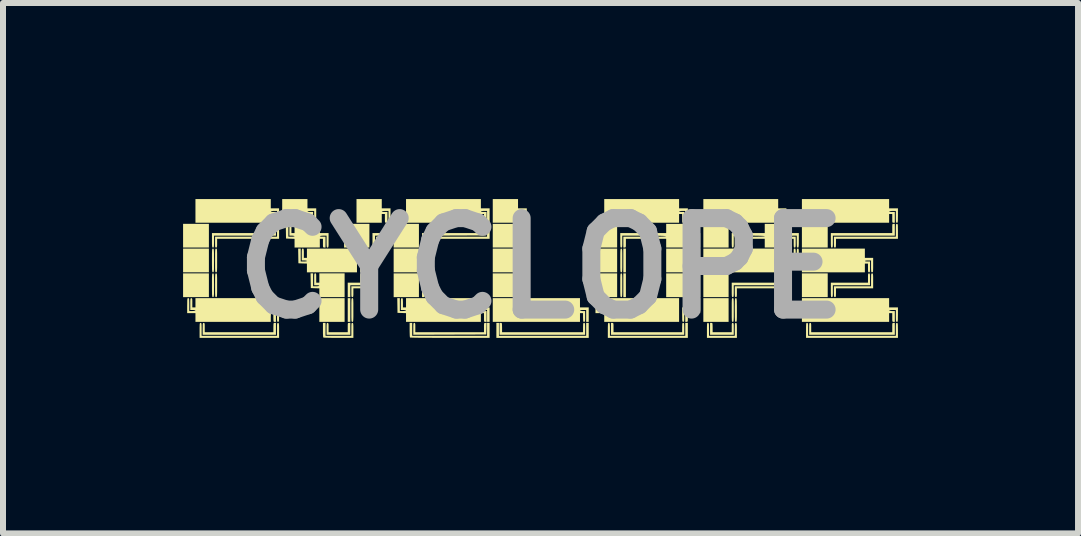
<source format=kicad_pcb>
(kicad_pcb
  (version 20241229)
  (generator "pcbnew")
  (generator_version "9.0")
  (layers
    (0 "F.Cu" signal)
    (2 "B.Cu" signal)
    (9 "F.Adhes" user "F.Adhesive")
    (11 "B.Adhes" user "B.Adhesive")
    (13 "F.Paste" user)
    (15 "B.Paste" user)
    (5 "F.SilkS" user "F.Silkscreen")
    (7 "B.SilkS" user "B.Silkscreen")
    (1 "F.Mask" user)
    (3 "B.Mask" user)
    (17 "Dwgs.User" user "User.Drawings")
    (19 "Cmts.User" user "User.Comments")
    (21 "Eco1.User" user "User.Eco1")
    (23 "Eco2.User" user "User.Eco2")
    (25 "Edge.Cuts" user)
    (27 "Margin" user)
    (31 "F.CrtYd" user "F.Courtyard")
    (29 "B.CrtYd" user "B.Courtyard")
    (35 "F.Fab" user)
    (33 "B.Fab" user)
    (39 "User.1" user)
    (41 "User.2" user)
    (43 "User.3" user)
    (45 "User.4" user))
  (footprint "CYCLOPE"
    (layer "F.Cu")
    (at 5.967 1.418)
    (property "Reference" "CYCLOPE" (at 0 0 0) (layer "F.Fab") (effects (font (size 1.524 1.524) (thickness 0.3))))
    (attr board_only exclude_from_pos_files exclude_from_bom)
    (fp_poly (pts (xy -5.537 -0.344) (xy -5.967 -0.344) (xy -5.967 -0.739) (xy -5.537 -0.739)) (stroke (width 0) (type solid)) (fill yes) (layer "F.SilkS"))
    (fp_poly (pts (xy -5.537 0.069) (xy -5.967 0.069) (xy -5.967 -0.327) (xy -5.537 -0.327)) (stroke (width 0) (type solid)) (fill yes) (layer "F.SilkS"))
    (fp_poly (pts (xy -5.537 0.482) (xy -5.967 0.482) (xy -5.967 0.086) (xy -5.537 0.086)) (stroke (width 0) (type solid)) (fill yes) (layer "F.SilkS"))
    (fp_poly (pts (xy -3.276 0.894) (xy -3.697 0.894) (xy -3.697 0.499) (xy -3.276 0.499)) (stroke (width 0) (type solid)) (fill yes) (layer "F.SilkS"))
    (fp_poly (pts (xy -3.181 0.894) (xy -3.224 0.894) (xy -3.224 0.499) (xy -3.181 0.499)) (stroke (width 0) (type solid)) (fill yes) (layer "F.SilkS"))
    (fp_poly (pts (xy -2.863 -0.344) (xy -3.285 -0.344) (xy -3.285 -0.739) (xy -2.863 -0.739)) (stroke (width 0) (type solid)) (fill yes) (layer "F.SilkS"))
    (fp_poly (pts (xy -2.038 -0.344) (xy -2.459 -0.344) (xy -2.459 -0.739) (xy -2.038 -0.739)) (stroke (width 0) (type solid)) (fill yes) (layer "F.SilkS"))
    (fp_poly (pts (xy -2.038 0.069) (xy -2.459 0.069) (xy -2.459 -0.327) (xy -2.038 -0.327)) (stroke (width 0) (type solid)) (fill yes) (layer "F.SilkS"))
    (fp_poly (pts (xy -2.038 0.482) (xy -2.459 0.482) (xy -2.459 0.086) (xy -2.038 0.086)) (stroke (width 0) (type solid)) (fill yes) (layer "F.SilkS"))
    (fp_poly (pts (xy -1.943 0.069) (xy -1.986 0.069) (xy -1.986 -0.327) (xy -1.943 -0.327)) (stroke (width 0) (type solid)) (fill yes) (layer "F.SilkS"))
    (fp_poly (pts (xy -1.943 0.482) (xy -1.986 0.482) (xy -1.986 0.086) (xy -1.943 0.086)) (stroke (width 0) (type solid)) (fill yes) (layer "F.SilkS"))
    (fp_poly (pts (xy -1.892 0.069) (xy -1.935 0.069) (xy -1.935 -0.327) (xy -1.892 -0.327)) (stroke (width 0) (type solid)) (fill yes) (layer "F.SilkS"))
    (fp_poly (pts (xy -1.892 0.482) (xy -1.935 0.482) (xy -1.935 0.086) (xy -1.892 0.086)) (stroke (width 0) (type solid)) (fill yes) (layer "F.SilkS"))
    (fp_poly (pts (xy -0.387 -0.344) (xy -0.808 -0.344) (xy -0.808 -0.739) (xy -0.387 -0.739)) (stroke (width 0) (type solid)) (fill yes) (layer "F.SilkS"))
    (fp_poly (pts (xy -0.387 0.069) (xy -0.808 0.069) (xy -0.808 -0.327) (xy -0.387 -0.327)) (stroke (width 0) (type solid)) (fill yes) (layer "F.SilkS"))
    (fp_poly (pts (xy -0.387 0.482) (xy -0.808 0.482) (xy -0.808 0.086) (xy -0.387 0.086)) (stroke (width 0) (type solid)) (fill yes) (layer "F.SilkS"))
    (fp_poly (pts (xy -0.292 -0.344) (xy -0.335 -0.344) (xy -0.335 -0.739) (xy -0.292 -0.739)) (stroke (width 0) (type solid)) (fill yes) (layer "F.SilkS"))
    (fp_poly (pts (xy -0.292 0.069) (xy -0.335 0.069) (xy -0.335 -0.327) (xy -0.292 -0.327)) (stroke (width 0) (type solid)) (fill yes) (layer "F.SilkS"))
    (fp_poly (pts (xy -0.292 0.482) (xy -0.335 0.482) (xy -0.335 0.086) (xy -0.292 0.086)) (stroke (width 0) (type solid)) (fill yes) (layer "F.SilkS"))
    (fp_poly (pts (xy -0.241 -0.344) (xy -0.284 -0.344) (xy -0.284 -0.739) (xy -0.241 -0.739)) (stroke (width 0) (type solid)) (fill yes) (layer "F.SilkS"))
    (fp_poly (pts (xy -0.241 0.069) (xy -0.284 0.069) (xy -0.284 -0.327) (xy -0.241 -0.327)) (stroke (width 0) (type solid)) (fill yes) (layer "F.SilkS"))
    (fp_poly (pts (xy -0.241 0.482) (xy -0.284 0.482) (xy -0.284 0.086) (xy -0.241 0.086)) (stroke (width 0) (type solid)) (fill yes) (layer "F.SilkS"))
    (fp_poly (pts (xy 1.264 -0.344) (xy 0.843 -0.344) (xy 0.843 -0.739) (xy 1.264 -0.739)) (stroke (width 0) (type solid)) (fill yes) (layer "F.SilkS"))
    (fp_poly (pts (xy 1.264 0.069) (xy 0.843 0.069) (xy 0.843 -0.327) (xy 1.264 -0.327)) (stroke (width 0) (type solid)) (fill yes) (layer "F.SilkS"))
    (fp_poly (pts (xy 1.264 0.482) (xy 0.843 0.482) (xy 0.843 0.086) (xy 1.264 0.086)) (stroke (width 0) (type solid)) (fill yes) (layer "F.SilkS"))
    (fp_poly (pts (xy 1.41 0.069) (xy 1.367 0.069) (xy 1.367 -0.327) (xy 1.41 -0.327)) (stroke (width 0) (type solid)) (fill yes) (layer "F.SilkS"))
    (fp_poly (pts (xy 1.41 0.482) (xy 1.367 0.482) (xy 1.367 0.086) (xy 1.41 0.086)) (stroke (width 0) (type solid)) (fill yes) (layer "F.SilkS"))
    (fp_poly (pts (xy 2.502 0.069) (xy 2.081 0.069) (xy 2.081 -0.327) (xy 2.502 -0.327)) (stroke (width 0) (type solid)) (fill yes) (layer "F.SilkS"))
    (fp_poly (pts (xy 2.502 0.482) (xy 2.081 0.482) (xy 2.081 0.086) (xy 2.502 0.086)) (stroke (width 0) (type solid)) (fill yes) (layer "F.SilkS"))
    (fp_poly (pts (xy 2.648 0.069) (xy 2.605 0.069) (xy 2.605 -0.327) (xy 2.648 -0.327)) (stroke (width 0) (type solid)) (fill yes) (layer "F.SilkS"))
    (fp_poly (pts (xy 2.648 0.482) (xy 2.605 0.482) (xy 2.605 0.086) (xy 2.648 0.086)) (stroke (width 0) (type solid)) (fill yes) (layer "F.SilkS"))
    (fp_poly (pts (xy 3.121 -0.344) (xy 2.7 -0.344) (xy 2.7 -0.739) (xy 3.121 -0.739)) (stroke (width 0) (type solid)) (fill yes) (layer "F.SilkS"))
    (fp_poly (pts (xy 3.121 0.482) (xy 2.7 0.482) (xy 2.7 0.086) (xy 3.121 0.086)) (stroke (width 0) (type solid)) (fill yes) (layer "F.SilkS"))
    (fp_poly (pts (xy 3.121 0.894) (xy 2.7 0.894) (xy 2.7 0.499) (xy 3.121 0.499)) (stroke (width 0) (type solid)) (fill yes) (layer "F.SilkS"))
    (fp_poly (pts (xy 3.947 0.069) (xy 2.7 0.069) (xy 2.7 -0.327) (xy 3.947 -0.327)) (stroke (width 0) (type solid)) (fill yes) (layer "F.SilkS"))
    (fp_poly (pts (xy 4.772 -0.344) (xy 4.342 -0.344) (xy 4.342 -0.739) (xy 4.772 -0.739)) (stroke (width 0) (type solid)) (fill yes) (layer "F.SilkS"))
    (fp_poly (pts (xy 4.772 0.482) (xy 4.342 0.482) (xy 4.342 0.086) (xy 4.772 0.086)) (stroke (width 0) (type solid)) (fill yes) (layer "F.SilkS"))
    (fp_poly (pts (xy -0.705 1.126) (xy 0.748 1.126) (xy 0.748 0.911) (xy 0.791 0.911) (xy 0.791 1.161) (xy -0.748 1.161) (xy -0.748 0.911) (xy -0.705 0.911)) (stroke (width 0) (type solid)) (fill yes) (layer "F.SilkS"))
    (fp_poly (pts (xy -0.86 -0.49) (xy -1.892 -0.49) (xy -1.892 -0.417) (xy -1.892 -0.382) (xy -1.893 -0.36) (xy -1.896 -0.349) (xy -1.903 -0.345) (xy -1.913 -0.344) (xy -1.935 -0.344) (xy -1.935 -0.525) (xy -0.903 -0.525) (xy -0.903 -0.739) (xy -0.86 -0.739)) (stroke (width 0) (type solid)) (fill yes) (layer "F.SilkS"))
    (fp_poly (pts (xy 2.648 0.748) (xy 2.442 0.748) (xy 2.442 0.821) (xy 2.442 0.857) (xy 2.441 0.878) (xy 2.437 0.889) (xy 2.431 0.894) (xy 2.42 0.894) (xy 2.399 0.894) (xy 2.399 0.714) (xy 2.605 0.714) (xy 2.605 0.499) (xy 2.648 0.499)) (stroke (width 0) (type solid)) (fill yes) (layer "F.SilkS"))
    (fp_poly (pts (xy -2.975 0.284) (xy -3.181 0.284) (xy -3.181 0.482) (xy -3.224 0.482) (xy -3.224 0.241) (xy -3.018 0.241) (xy -3.018 0.163) (xy -3.018 0.127) (xy -3.017 0.104) (xy -3.014 0.092) (xy -3.008 0.087) (xy -2.998 0.086) (xy -2.997 0.086) (xy -2.975 0.086)) (stroke (width 0) (type solid)) (fill yes) (layer "F.SilkS"))
    (fp_poly (pts (xy -2.769 -0.129) (xy -2.975 -0.129) (xy -2.975 0.069) (xy -3.018 0.069) (xy -3.018 -0.172) (xy -2.812 -0.172) (xy -2.812 -0.249) (xy -2.812 -0.286) (xy -2.81 -0.309) (xy -2.807 -0.321) (xy -2.802 -0.326) (xy -2.792 -0.327) (xy -2.79 -0.327) (xy -2.769 -0.327)) (stroke (width 0) (type solid)) (fill yes) (layer "F.SilkS"))
    (fp_poly (pts (xy -2.562 -0.542) (xy -2.769 -0.542) (xy -2.769 -0.344) (xy -2.812 -0.344) (xy -2.812 -0.585) (xy -2.605 -0.585) (xy -2.605 -0.662) (xy -2.605 -0.699) (xy -2.604 -0.721) (xy -2.601 -0.734) (xy -2.595 -0.739) (xy -2.586 -0.739) (xy -2.584 -0.739) (xy -2.562 -0.739)) (stroke (width 0) (type solid)) (fill yes) (layer "F.SilkS"))
    (fp_poly (pts (xy -0.913 -0.643) (xy -0.916 -0.546) (xy -1.943 -0.542) (xy -1.943 -0.344) (xy -1.986 -0.344) (xy -1.986 -0.585) (xy -0.954 -0.585) (xy -0.954 -0.662) (xy -0.954 -0.699) (xy -0.953 -0.721) (xy -0.95 -0.734) (xy -0.944 -0.739) (xy -0.935 -0.739) (xy -0.933 -0.739) (xy -0.911 -0.739)) (stroke (width 0) (type solid)) (fill yes) (layer "F.SilkS"))
    (fp_poly (pts (xy 2.442 1.161) (xy 1.109 1.161) (xy 1.109 1.036) (xy 1.109 0.988) (xy 1.11 0.953) (xy 1.111 0.931) (xy 1.114 0.919) (xy 1.118 0.913) (xy 1.124 0.911) (xy 1.126 0.911) (xy 1.134 0.912) (xy 1.138 0.917) (xy 1.141 0.929) (xy 1.143 0.949) (xy 1.144 0.982) (xy 1.144 1.019) (xy 1.144 1.126) (xy 2.399 1.126) (xy 2.399 0.911) (xy 2.442 0.911)) (stroke (width 0) (type solid)) (fill yes) (layer "F.SilkS"))
    (fp_poly (pts (xy -4.42 1.109) (xy -5.641 1.109) (xy -5.641 1.01) (xy -5.64 0.968) (xy -5.64 0.94) (xy -5.637 0.923) (xy -5.634 0.914) (xy -5.628 0.912) (xy -5.623 0.911) (xy -5.615 0.913) (xy -5.61 0.919) (xy -5.607 0.933) (xy -5.606 0.958) (xy -5.606 0.989) (xy -5.606 1.066) (xy -4.463 1.066) (xy -4.463 0.989) (xy -4.462 0.952) (xy -4.461 0.929) (xy -4.458 0.917) (xy -4.453 0.912) (xy -4.443 0.911) (xy -4.441 0.911) (xy -4.42 0.911)) (stroke (width 0) (type solid)) (fill yes) (layer "F.SilkS"))
    (fp_poly (pts (xy -3.181 1.109) (xy -3.577 1.109) (xy -3.577 1.01) (xy -3.577 0.968) (xy -3.576 0.94) (xy -3.574 0.923) (xy -3.57 0.914) (xy -3.564 0.912) (xy -3.56 0.911) (xy -3.552 0.913) (xy -3.547 0.919) (xy -3.544 0.933) (xy -3.543 0.958) (xy -3.543 0.989) (xy -3.543 1.066) (xy -3.224 1.066) (xy -3.224 0.989) (xy -3.224 0.952) (xy -3.223 0.929) (xy -3.22 0.917) (xy -3.214 0.912) (xy -3.205 0.911) (xy -3.203 0.911) (xy -3.181 0.911)) (stroke (width 0) (type solid)) (fill yes) (layer "F.SilkS"))
    (fp_poly (pts (xy -2.15 1.126) (xy -0.903 1.126) (xy -0.903 0.911) (xy -0.86 0.911) (xy -0.86 1.161) (xy -1.521 1.161) (xy -1.626 1.161) (xy -1.726 1.161) (xy -1.819 1.16) (xy -1.905 1.16) (xy -1.983 1.159) (xy -2.049 1.159) (xy -2.104 1.158) (xy -2.146 1.157) (xy -2.174 1.156) (xy -2.186 1.155) (xy -2.187 1.155) (xy -2.189 1.145) (xy -2.191 1.121) (xy -2.192 1.086) (xy -2.193 1.044) (xy -2.193 1.03) (xy -2.193 0.911) (xy -2.15 0.911)) (stroke (width 0) (type solid)) (fill yes) (layer "F.SilkS"))
    (fp_poly (pts (xy -0.665 0.912) (xy -0.658 0.916) (xy -0.655 0.927) (xy -0.654 0.948) (xy -0.653 0.982) (xy -0.653 0.989) (xy -0.653 1.066) (xy 0.696 1.066) (xy 0.696 0.989) (xy 0.697 0.952) (xy 0.698 0.929) (xy 0.701 0.917) (xy 0.707 0.912) (xy 0.714 0.911) (xy 0.721 0.912) (xy 0.726 0.918) (xy 0.729 0.93) (xy 0.73 0.951) (xy 0.731 0.986) (xy 0.731 1.01) (xy 0.731 1.109) (xy -0.696 1.109) (xy -0.696 0.911) (xy -0.675 0.911)) (stroke (width 0) (type solid)) (fill yes) (layer "F.SilkS"))
    (fp_poly (pts (xy 1.192 0.912) (xy 1.199 0.916) (xy 1.202 0.927) (xy 1.204 0.948) (xy 1.204 0.982) (xy 1.204 0.989) (xy 1.204 1.066) (xy 2.347 1.066) (xy 2.347 0.989) (xy 2.348 0.952) (xy 2.349 0.929) (xy 2.352 0.917) (xy 2.358 0.912) (xy 2.365 0.911) (xy 2.372 0.912) (xy 2.377 0.918) (xy 2.38 0.93) (xy 2.381 0.951) (xy 2.382 0.986) (xy 2.382 1.01) (xy 2.382 1.109) (xy 1.161 1.109) (xy 1.161 0.911) (xy 1.182 0.911)) (stroke (width 0) (type solid)) (fill yes) (layer "F.SilkS"))
    (fp_poly (pts (xy 2.843 0.912) (xy 2.85 0.916) (xy 2.853 0.927) (xy 2.854 0.948) (xy 2.855 0.982) (xy 2.855 0.989) (xy 2.855 1.066) (xy 3.173 1.066) (xy 3.173 0.989) (xy 3.173 0.952) (xy 3.174 0.929) (xy 3.178 0.917) (xy 3.183 0.912) (xy 3.19 0.911) (xy 3.197 0.912) (xy 3.202 0.918) (xy 3.205 0.93) (xy 3.207 0.951) (xy 3.207 0.986) (xy 3.207 1.01) (xy 3.207 1.109) (xy 2.812 1.109) (xy 2.812 0.911) (xy 2.833 0.911)) (stroke (width 0) (type solid)) (fill yes) (layer "F.SilkS"))
    (fp_poly (pts (xy 5.89 1.109) (xy 4.463 1.109) (xy 4.463 1.01) (xy 4.463 0.968) (xy 4.464 0.94) (xy 4.466 0.923) (xy 4.47 0.914) (xy 4.476 0.912) (xy 4.48 0.911) (xy 4.488 0.913) (xy 4.493 0.919) (xy 4.496 0.933) (xy 4.497 0.958) (xy 4.497 0.989) (xy 4.497 1.066) (xy 5.847 1.066) (xy 5.847 0.989) (xy 5.847 0.952) (xy 5.848 0.929) (xy 5.851 0.917) (xy 5.857 0.912) (xy 5.867 0.911) (xy 5.868 0.911) (xy 5.89 0.911)) (stroke (width 0) (type solid)) (fill yes) (layer "F.SilkS"))
    (fp_poly (pts (xy -4.42 -0.542) (xy -5.451 -0.542) (xy -5.451 -0.443) (xy -5.452 -0.4) (xy -5.453 -0.372) (xy -5.455 -0.355) (xy -5.458 -0.347) (xy -5.464 -0.344) (xy -5.469 -0.344) (xy -5.475 -0.345) (xy -5.48 -0.349) (xy -5.483 -0.36) (xy -5.485 -0.379) (xy -5.486 -0.41) (xy -5.486 -0.455) (xy -5.486 -0.464) (xy -5.486 -0.585) (xy -4.463 -0.585) (xy -4.463 -0.662) (xy -4.462 -0.699) (xy -4.461 -0.721) (xy -4.458 -0.734) (xy -4.453 -0.739) (xy -4.443 -0.739) (xy -4.441 -0.739) (xy -4.42 -0.739)) (stroke (width 0) (type solid)) (fill yes) (layer "F.SilkS"))
    (fp_poly (pts (xy -1.006 -0.997) (xy -0.86 -0.997) (xy -0.86 -0.757) (xy -0.903 -0.757) (xy -0.903 -0.954) (xy -0.954 -0.954) (xy -0.982 -0.953) (xy -1.001 -0.95) (xy -1.006 -0.946) (xy -0.998 -0.941) (xy -0.978 -0.938) (xy -0.959 -0.937) (xy -0.911 -0.937) (xy -0.911 -0.757) (xy -0.933 -0.757) (xy -0.943 -0.757) (xy -0.95 -0.762) (xy -0.953 -0.773) (xy -0.954 -0.795) (xy -0.954 -0.83) (xy -0.954 -0.903) (xy -1.006 -0.903) (xy -1.006 -0.757) (xy -2.253 -0.757) (xy -2.253 -1.152) (xy -1.006 -1.152)) (stroke (width 0) (type solid)) (fill yes) (layer "F.SilkS"))
    (fp_poly (pts (xy -0.913 1.008) (xy -0.916 1.105) (xy -1.524 1.107) (xy -2.132 1.109) (xy -2.132 1.01) (xy -2.132 0.968) (xy -2.131 0.94) (xy -2.129 0.923) (xy -2.125 0.914) (xy -2.119 0.912) (xy -2.115 0.911) (xy -2.107 0.913) (xy -2.102 0.919) (xy -2.099 0.933) (xy -2.098 0.958) (xy -2.098 0.989) (xy -2.098 1.066) (xy -0.954 1.066) (xy -0.954 0.989) (xy -0.954 0.952) (xy -0.953 0.929) (xy -0.95 0.917) (xy -0.944 0.912) (xy -0.935 0.911) (xy -0.933 0.911) (xy -0.911 0.911)) (stroke (width 0) (type solid)) (fill yes) (layer "F.SilkS"))
    (fp_poly (pts (xy -0.387 -0.997) (xy -0.241 -0.997) (xy -0.241 -0.757) (xy -0.284 -0.757) (xy -0.284 -0.954) (xy -0.335 -0.954) (xy -0.363 -0.953) (xy -0.381 -0.95) (xy -0.387 -0.946) (xy -0.379 -0.941) (xy -0.359 -0.938) (xy -0.34 -0.937) (xy -0.292 -0.937) (xy -0.292 -0.757) (xy -0.314 -0.757) (xy -0.324 -0.757) (xy -0.331 -0.762) (xy -0.334 -0.773) (xy -0.335 -0.795) (xy -0.335 -0.83) (xy -0.335 -0.903) (xy -0.387 -0.903) (xy -0.387 -0.757) (xy -0.808 -0.757) (xy -0.808 -1.152) (xy -0.387 -1.152)) (stroke (width 0) (type solid)) (fill yes) (layer "F.SilkS"))
    (fp_poly (pts (xy 5.89 -0.542) (xy 4.858 -0.542) (xy 4.858 -0.443) (xy 4.858 -0.4) (xy 4.857 -0.372) (xy 4.855 -0.355) (xy 4.851 -0.347) (xy 4.845 -0.344) (xy 4.841 -0.344) (xy 4.834 -0.345) (xy 4.829 -0.349) (xy 4.826 -0.36) (xy 4.825 -0.379) (xy 4.824 -0.41) (xy 4.824 -0.455) (xy 4.824 -0.464) (xy 4.824 -0.585) (xy 5.847 -0.585) (xy 5.847 -0.662) (xy 5.847 -0.699) (xy 5.848 -0.721) (xy 5.851 -0.734) (xy 5.857 -0.739) (xy 5.867 -0.739) (xy 5.868 -0.739) (xy 5.89 -0.739)) (stroke (width 0) (type solid)) (fill yes) (layer "F.SilkS"))
    (fp_poly (pts (xy -4.379 -0.739) (xy -4.374 -0.734) (xy -4.371 -0.724) (xy -4.369 -0.705) (xy -4.368 -0.674) (xy -4.368 -0.63) (xy -4.368 -0.615) (xy -4.368 -0.49) (xy -5.4 -0.49) (xy -5.4 -0.417) (xy -5.4 -0.381) (xy -5.402 -0.36) (xy -5.405 -0.349) (xy -5.411 -0.344) (xy -5.417 -0.344) (xy -5.425 -0.345) (xy -5.43 -0.35) (xy -5.433 -0.363) (xy -5.434 -0.386) (xy -5.434 -0.423) (xy -5.434 -0.434) (xy -5.434 -0.525) (xy -4.402 -0.525) (xy -4.402 -0.632) (xy -4.402 -0.677) (xy -4.402 -0.707) (xy -4.4 -0.725) (xy -4.396 -0.735) (xy -4.391 -0.739) (xy -4.385 -0.739)) (stroke (width 0) (type solid)) (fill yes) (layer "F.SilkS"))
    (fp_poly (pts (xy -2.934 0.087) (xy -2.929 0.091) (xy -2.926 0.102) (xy -2.925 0.121) (xy -2.924 0.151) (xy -2.924 0.195) (xy -2.923 0.211) (xy -2.923 0.335) (xy -3.13 0.335) (xy -3.13 0.408) (xy -3.13 0.444) (xy -3.132 0.466) (xy -3.135 0.477) (xy -3.141 0.481) (xy -3.147 0.482) (xy -3.155 0.48) (xy -3.16 0.475) (xy -3.163 0.462) (xy -3.164 0.439) (xy -3.164 0.403) (xy -3.164 0.391) (xy -3.164 0.301) (xy -2.958 0.301) (xy -2.958 0.193) (xy -2.958 0.149) (xy -2.957 0.119) (xy -2.955 0.1) (xy -2.952 0.09) (xy -2.947 0.087) (xy -2.941 0.086)) (stroke (width 0) (type solid)) (fill yes) (layer "F.SilkS"))
    (fp_poly (pts (xy -2.728 -0.326) (xy -2.723 -0.322) (xy -2.72 -0.311) (xy -2.718 -0.292) (xy -2.717 -0.262) (xy -2.717 -0.218) (xy -2.717 -0.202) (xy -2.717 -0.077) (xy -2.923 -0.077) (xy -2.923 -0.004) (xy -2.924 0.031) (xy -2.925 0.053) (xy -2.929 0.064) (xy -2.935 0.068) (xy -2.941 0.069) (xy -2.948 0.068) (xy -2.953 0.062) (xy -2.956 0.049) (xy -2.958 0.026) (xy -2.958 -0.01) (xy -2.958 -0.021) (xy -2.958 -0.112) (xy -2.752 -0.112) (xy -2.752 -0.219) (xy -2.751 -0.264) (xy -2.751 -0.294) (xy -2.749 -0.313) (xy -2.745 -0.322) (xy -2.74 -0.326) (xy -2.734 -0.327)) (stroke (width 0) (type solid)) (fill yes) (layer "F.SilkS"))
    (fp_poly (pts (xy -2.521 -0.739) (xy -2.517 -0.734) (xy -2.514 -0.724) (xy -2.512 -0.705) (xy -2.511 -0.674) (xy -2.511 -0.63) (xy -2.511 -0.615) (xy -2.511 -0.49) (xy -2.717 -0.49) (xy -2.717 -0.417) (xy -2.717 -0.381) (xy -2.719 -0.36) (xy -2.722 -0.349) (xy -2.729 -0.344) (xy -2.734 -0.344) (xy -2.742 -0.345) (xy -2.747 -0.35) (xy -2.75 -0.363) (xy -2.751 -0.386) (xy -2.752 -0.423) (xy -2.752 -0.434) (xy -2.752 -0.525) (xy -2.545 -0.525) (xy -2.545 -0.632) (xy -2.545 -0.677) (xy -2.544 -0.707) (xy -2.542 -0.725) (xy -2.539 -0.735) (xy -2.534 -0.739) (xy -2.528 -0.739)) (stroke (width 0) (type solid)) (fill yes) (layer "F.SilkS"))
    (fp_poly (pts (xy 2.578 0.5) (xy 2.583 0.505) (xy 2.586 0.517) (xy 2.588 0.539) (xy 2.588 0.573) (xy 2.588 0.598) (xy 2.588 0.696) (xy 2.382 0.696) (xy 2.382 0.795) (xy 2.382 0.838) (xy 2.381 0.866) (xy 2.379 0.883) (xy 2.375 0.891) (xy 2.369 0.894) (xy 2.365 0.894) (xy 2.358 0.893) (xy 2.353 0.889) (xy 2.35 0.878) (xy 2.348 0.859) (xy 2.348 0.828) (xy 2.347 0.783) (xy 2.347 0.774) (xy 2.347 0.653) (xy 2.554 0.653) (xy 2.554 0.576) (xy 2.554 0.539) (xy 2.555 0.516) (xy 2.559 0.504) (xy 2.564 0.499) (xy 2.571 0.499)) (stroke (width 0) (type solid)) (fill yes) (layer "F.SilkS"))
    (fp_poly (pts (xy 4.023 0.087) (xy 4.028 0.092) (xy 4.031 0.104) (xy 4.032 0.126) (xy 4.033 0.161) (xy 4.033 0.185) (xy 4.033 0.284) (xy 3.207 0.284) (xy 3.207 0.383) (xy 3.207 0.425) (xy 3.206 0.453) (xy 3.204 0.47) (xy 3.2 0.478) (xy 3.194 0.481) (xy 3.19 0.482) (xy 3.183 0.481) (xy 3.179 0.476) (xy 3.175 0.466) (xy 3.174 0.446) (xy 3.173 0.415) (xy 3.173 0.37) (xy 3.173 0.361) (xy 3.173 0.241) (xy 3.998 0.241) (xy 3.998 0.163) (xy 3.999 0.127) (xy 4 0.104) (xy 4.003 0.092) (xy 4.009 0.087) (xy 4.016 0.086)) (stroke (width 0) (type solid)) (fill yes) (layer "F.SilkS"))
    (fp_poly (pts (xy 4.074 0.087) (xy 4.078 0.091) (xy 4.082 0.102) (xy 4.083 0.121) (xy 4.084 0.151) (xy 4.084 0.195) (xy 4.084 0.211) (xy 4.084 0.335) (xy 3.259 0.335) (xy 3.259 0.408) (xy 3.259 0.444) (xy 3.257 0.466) (xy 3.254 0.477) (xy 3.247 0.481) (xy 3.242 0.482) (xy 3.234 0.48) (xy 3.229 0.475) (xy 3.226 0.462) (xy 3.225 0.439) (xy 3.224 0.403) (xy 3.224 0.391) (xy 3.224 0.301) (xy 4.05 0.301) (xy 4.05 0.193) (xy 4.05 0.149) (xy 4.051 0.119) (xy 4.053 0.1) (xy 4.056 0.09) (xy 4.061 0.087) (xy 4.067 0.086)) (stroke (width 0) (type solid)) (fill yes) (layer "F.SilkS"))
    (fp_poly (pts (xy 4.229 -0.326) (xy 4.234 -0.321) (xy 4.237 -0.309) (xy 4.239 -0.287) (xy 4.239 -0.252) (xy 4.239 -0.228) (xy 4.239 -0.129) (xy 4.033 -0.129) (xy 4.033 -0.03) (xy 4.033 0.012) (xy 4.032 0.041) (xy 4.03 0.057) (xy 4.026 0.066) (xy 4.02 0.069) (xy 4.016 0.069) (xy 4.009 0.068) (xy 4.004 0.063) (xy 4.001 0.053) (xy 3.999 0.033) (xy 3.998 0.002) (xy 3.998 -0.043) (xy 3.998 -0.052) (xy 3.998 -0.172) (xy 4.205 -0.172) (xy 4.205 -0.249) (xy 4.205 -0.286) (xy 4.206 -0.309) (xy 4.209 -0.321) (xy 4.215 -0.326) (xy 4.222 -0.327)) (stroke (width 0) (type solid)) (fill yes) (layer "F.SilkS"))
    (fp_poly (pts (xy 4.28 -0.326) (xy 4.285 -0.322) (xy 4.288 -0.311) (xy 4.29 -0.292) (xy 4.29 -0.262) (xy 4.291 -0.218) (xy 4.291 -0.202) (xy 4.291 -0.077) (xy 4.084 -0.077) (xy 4.084 -0.004) (xy 4.084 0.031) (xy 4.082 0.053) (xy 4.079 0.064) (xy 4.073 0.068) (xy 4.067 0.069) (xy 4.059 0.068) (xy 4.054 0.062) (xy 4.052 0.049) (xy 4.05 0.026) (xy 4.05 -0.01) (xy 4.05 -0.021) (xy 4.05 -0.112) (xy 4.256 -0.112) (xy 4.256 -0.219) (xy 4.256 -0.264) (xy 4.257 -0.294) (xy 4.259 -0.313) (xy 4.262 -0.322) (xy 4.268 -0.326) (xy 4.273 -0.327)) (stroke (width 0) (type solid)) (fill yes) (layer "F.SilkS"))
    (fp_poly (pts (xy 5.467 0.087) (xy 5.472 0.092) (xy 5.475 0.104) (xy 5.477 0.126) (xy 5.477 0.161) (xy 5.477 0.185) (xy 5.477 0.284) (xy 4.858 0.284) (xy 4.858 0.383) (xy 4.858 0.425) (xy 4.857 0.453) (xy 4.855 0.47) (xy 4.851 0.478) (xy 4.845 0.481) (xy 4.841 0.482) (xy 4.834 0.481) (xy 4.829 0.476) (xy 4.826 0.466) (xy 4.825 0.446) (xy 4.824 0.415) (xy 4.824 0.37) (xy 4.824 0.361) (xy 4.824 0.241) (xy 5.443 0.241) (xy 5.443 0.163) (xy 5.443 0.127) (xy 5.444 0.104) (xy 5.448 0.092) (xy 5.453 0.087) (xy 5.46 0.086)) (stroke (width 0) (type solid)) (fill yes) (layer "F.SilkS"))
    (fp_poly (pts (xy 5.518 0.087) (xy 5.523 0.091) (xy 5.526 0.102) (xy 5.528 0.121) (xy 5.529 0.151) (xy 5.529 0.195) (xy 5.529 0.211) (xy 5.529 0.335) (xy 4.91 0.335) (xy 4.91 0.408) (xy 4.909 0.444) (xy 4.908 0.466) (xy 4.904 0.477) (xy 4.898 0.481) (xy 4.893 0.482) (xy 4.885 0.48) (xy 4.88 0.475) (xy 4.877 0.462) (xy 4.876 0.439) (xy 4.875 0.403) (xy 4.875 0.391) (xy 4.875 0.301) (xy 5.494 0.301) (xy 5.494 0.193) (xy 5.495 0.149) (xy 5.495 0.119) (xy 5.497 0.1) (xy 5.501 0.09) (xy 5.506 0.087) (xy 5.512 0.086)) (stroke (width 0) (type solid)) (fill yes) (layer "F.SilkS"))
    (fp_poly (pts (xy 5.931 -0.739) (xy 5.936 -0.734) (xy 5.939 -0.724) (xy 5.941 -0.705) (xy 5.941 -0.674) (xy 5.942 -0.63) (xy 5.942 -0.615) (xy 5.942 -0.49) (xy 4.91 -0.49) (xy 4.91 -0.417) (xy 4.909 -0.381) (xy 4.908 -0.36) (xy 4.904 -0.349) (xy 4.898 -0.344) (xy 4.893 -0.344) (xy 4.885 -0.345) (xy 4.88 -0.35) (xy 4.877 -0.363) (xy 4.876 -0.386) (xy 4.875 -0.423) (xy 4.875 -0.434) (xy 4.875 -0.525) (xy 5.907 -0.525) (xy 5.907 -0.632) (xy 5.907 -0.677) (xy 5.908 -0.707) (xy 5.91 -0.725) (xy 5.913 -0.735) (xy 5.919 -0.739) (xy 5.924 -0.739)) (stroke (width 0) (type solid)) (fill yes) (layer "F.SilkS"))
    (fp_poly (pts (xy 0.645 0.653) (xy 0.791 0.653) (xy 0.791 0.894) (xy 0.748 0.894) (xy 0.748 0.696) (xy 0.696 0.696) (xy 0.669 0.698) (xy 0.65 0.701) (xy 0.645 0.705) (xy 0.653 0.71) (xy 0.672 0.713) (xy 0.688 0.714) (xy 0.731 0.714) (xy 0.731 0.804) (xy 0.731 0.844) (xy 0.73 0.87) (xy 0.727 0.885) (xy 0.723 0.892) (xy 0.716 0.894) (xy 0.714 0.894) (xy 0.705 0.893) (xy 0.7 0.887) (xy 0.698 0.872) (xy 0.697 0.846) (xy 0.696 0.821) (xy 0.696 0.748) (xy 0.645 0.748) (xy 0.645 0.894) (xy -0.808 0.894) (xy -0.808 0.499) (xy 0.645 0.499)) (stroke (width 0) (type solid)) (fill yes) (layer "F.SilkS"))
    (fp_poly (pts (xy 2.296 -0.997) (xy 2.442 -0.997) (xy 2.442 -0.757) (xy 2.399 -0.757) (xy 2.399 -0.954) (xy 2.347 -0.954) (xy 2.32 -0.953) (xy 2.301 -0.95) (xy 2.296 -0.946) (xy 2.304 -0.941) (xy 2.323 -0.938) (xy 2.339 -0.937) (xy 2.382 -0.937) (xy 2.382 -0.847) (xy 2.382 -0.807) (xy 2.381 -0.781) (xy 2.378 -0.766) (xy 2.374 -0.759) (xy 2.367 -0.757) (xy 2.365 -0.757) (xy 2.356 -0.758) (xy 2.351 -0.764) (xy 2.348 -0.779) (xy 2.348 -0.805) (xy 2.347 -0.83) (xy 2.347 -0.903) (xy 2.296 -0.903) (xy 2.296 -0.757) (xy 1.049 -0.757) (xy 1.049 -1.152) (xy 2.296 -1.152)) (stroke (width 0) (type solid)) (fill yes) (layer "F.SilkS"))
    (fp_poly (pts (xy -4.379 0.912) (xy -4.374 0.917) (xy -4.371 0.927) (xy -4.369 0.946) (xy -4.368 0.976) (xy -4.368 1.021) (xy -4.368 1.036) (xy -4.368 1.161) (xy -5.692 1.161) (xy -5.692 1.036) (xy -5.692 0.988) (xy -5.691 0.953) (xy -5.69 0.931) (xy -5.687 0.919) (xy -5.683 0.913) (xy -5.677 0.911) (xy -5.675 0.911) (xy -5.668 0.912) (xy -5.663 0.917) (xy -5.66 0.929) (xy -5.659 0.949) (xy -5.658 0.982) (xy -5.658 1.019) (xy -5.658 1.126) (xy -4.402 1.126) (xy -4.402 1.019) (xy -4.402 0.974) (xy -4.402 0.944) (xy -4.4 0.926) (xy -4.396 0.916) (xy -4.391 0.912) (xy -4.385 0.911)) (stroke (width 0) (type solid)) (fill yes) (layer "F.SilkS"))
    (fp_poly (pts (xy -3.801 0.301) (xy -3.749 0.301) (xy -3.721 0.3) (xy -3.703 0.296) (xy -3.697 0.292) (xy -3.705 0.287) (xy -3.725 0.284) (xy -3.74 0.284) (xy -3.783 0.284) (xy -3.783 0.185) (xy -3.783 0.142) (xy -3.782 0.114) (xy -3.78 0.097) (xy -3.776 0.089) (xy -3.77 0.086) (xy -3.766 0.086) (xy -3.758 0.087) (xy -3.753 0.093) (xy -3.75 0.107) (xy -3.749 0.133) (xy -3.749 0.163) (xy -3.749 0.241) (xy -3.697 0.241) (xy -3.697 0.086) (xy -3.276 0.086) (xy -3.276 0.482) (xy -3.697 0.482) (xy -3.697 0.336) (xy -3.768 0.334) (xy -3.839 0.331) (xy -3.844 0.086) (xy -3.801 0.086)) (stroke (width 0) (type solid)) (fill yes) (layer "F.SilkS"))
    (fp_poly (pts (xy -3.594 1.126) (xy -3.164 1.126) (xy -3.164 1.019) (xy -3.164 0.974) (xy -3.163 0.944) (xy -3.162 0.926) (xy -3.158 0.916) (xy -3.153 0.912) (xy -3.147 0.911) (xy -3.14 0.912) (xy -3.136 0.917) (xy -3.133 0.927) (xy -3.131 0.946) (xy -3.13 0.976) (xy -3.13 1.021) (xy -3.13 1.036) (xy -3.13 1.161) (xy -3.378 1.161) (xy -3.441 1.161) (xy -3.499 1.16) (xy -3.55 1.159) (xy -3.59 1.158) (xy -3.617 1.157) (xy -3.631 1.155) (xy -3.631 1.155) (xy -3.634 1.145) (xy -3.635 1.121) (xy -3.637 1.086) (xy -3.637 1.044) (xy -3.637 1.03) (xy -3.637 0.911) (xy -3.594 0.911)) (stroke (width 0) (type solid)) (fill yes) (layer "F.SilkS"))
    (fp_poly (pts (xy 3.248 0.912) (xy 3.253 0.917) (xy 3.256 0.927) (xy 3.258 0.946) (xy 3.259 0.976) (xy 3.259 1.021) (xy 3.259 1.036) (xy 3.259 1.161) (xy 2.76 1.161) (xy 2.76 1.036) (xy 2.76 0.988) (xy 2.761 0.953) (xy 2.762 0.931) (xy 2.765 0.919) (xy 2.769 0.913) (xy 2.775 0.911) (xy 2.777 0.911) (xy 2.784 0.912) (xy 2.789 0.917) (xy 2.792 0.929) (xy 2.794 0.949) (xy 2.794 0.982) (xy 2.795 1.019) (xy 2.795 1.126) (xy 3.224 1.126) (xy 3.224 1.019) (xy 3.225 0.974) (xy 3.225 0.944) (xy 3.227 0.926) (xy 3.231 0.916) (xy 3.236 0.912) (xy 3.242 0.911)) (stroke (width 0) (type solid)) (fill yes) (layer "F.SilkS"))
    (fp_poly (pts (xy 5.931 0.912) (xy 5.936 0.917) (xy 5.939 0.927) (xy 5.941 0.946) (xy 5.941 0.976) (xy 5.942 1.021) (xy 5.942 1.036) (xy 5.942 1.161) (xy 4.411 1.161) (xy 4.411 1.036) (xy 4.411 0.988) (xy 4.412 0.953) (xy 4.413 0.931) (xy 4.416 0.919) (xy 4.42 0.913) (xy 4.426 0.911) (xy 4.428 0.911) (xy 4.435 0.912) (xy 4.44 0.917) (xy 4.443 0.929) (xy 4.445 0.949) (xy 4.445 0.982) (xy 4.445 1.019) (xy 4.445 1.126) (xy 5.907 1.126) (xy 5.907 1.019) (xy 5.907 0.974) (xy 5.908 0.944) (xy 5.91 0.926) (xy 5.913 0.916) (xy 5.919 0.912) (xy 5.924 0.911)) (stroke (width 0) (type solid)) (fill yes) (layer "F.SilkS"))
    (fp_poly (pts (xy -4.007 -0.112) (xy -3.955 -0.112) (xy -3.928 -0.113) (xy -3.909 -0.116) (xy -3.904 -0.12) (xy -3.911 -0.125) (xy -3.931 -0.128) (xy -3.947 -0.129) (xy -3.99 -0.129) (xy -3.99 -0.228) (xy -3.99 -0.27) (xy -3.989 -0.299) (xy -3.987 -0.315) (xy -3.983 -0.324) (xy -3.977 -0.327) (xy -3.973 -0.327) (xy -3.964 -0.325) (xy -3.959 -0.319) (xy -3.957 -0.305) (xy -3.955 -0.28) (xy -3.955 -0.249) (xy -3.955 -0.172) (xy -3.904 -0.172) (xy -3.904 -0.327) (xy -3.07 -0.327) (xy -3.07 0.069) (xy -3.904 0.069) (xy -3.904 -0.077) (xy -3.975 -0.079) (xy -4.046 -0.082) (xy -4.048 -0.204) (xy -4.05 -0.327) (xy -4.007 -0.327)) (stroke (width 0) (type solid)) (fill yes) (layer "F.SilkS"))
    (fp_poly (pts (xy -5.463 -0.326) (xy -5.459 -0.323) (xy -5.456 -0.315) (xy -5.454 -0.3) (xy -5.453 -0.277) (xy -5.452 -0.243) (xy -5.452 -0.196) (xy -5.451 -0.133) (xy -5.451 -0.129) (xy -5.452 -0.066) (xy -5.452 -0.018) (xy -5.452 0.017) (xy -5.454 0.041) (xy -5.456 0.056) (xy -5.459 0.065) (xy -5.463 0.068) (xy -5.468 0.069) (xy -5.469 0.069) (xy -5.474 0.068) (xy -5.478 0.065) (xy -5.481 0.057) (xy -5.483 0.043) (xy -5.485 0.019) (xy -5.485 -0.015) (xy -5.486 -0.062) (xy -5.486 -0.125) (xy -5.486 -0.129) (xy -5.486 -0.192) (xy -5.486 -0.24) (xy -5.485 -0.275) (xy -5.484 -0.299) (xy -5.482 -0.314) (xy -5.479 -0.323) (xy -5.474 -0.326) (xy -5.469 -0.327) (xy -5.469 -0.327)) (stroke (width 0) (type solid)) (fill yes) (layer "F.SilkS"))
    (fp_poly (pts (xy -5.463 0.087) (xy -5.459 0.09) (xy -5.456 0.098) (xy -5.454 0.112) (xy -5.453 0.136) (xy -5.452 0.17) (xy -5.452 0.217) (xy -5.451 0.279) (xy -5.451 0.284) (xy -5.452 0.347) (xy -5.452 0.395) (xy -5.452 0.43) (xy -5.454 0.454) (xy -5.456 0.469) (xy -5.459 0.477) (xy -5.463 0.481) (xy -5.468 0.482) (xy -5.469 0.482) (xy -5.474 0.481) (xy -5.478 0.478) (xy -5.481 0.47) (xy -5.483 0.455) (xy -5.485 0.432) (xy -5.485 0.398) (xy -5.486 0.35) (xy -5.486 0.288) (xy -5.486 0.284) (xy -5.486 0.221) (xy -5.486 0.172) (xy -5.485 0.137) (xy -5.484 0.113) (xy -5.482 0.098) (xy -5.479 0.09) (xy -5.474 0.087) (xy -5.469 0.086) (xy -5.469 0.086)) (stroke (width 0) (type solid)) (fill yes) (layer "F.SilkS"))
    (fp_poly (pts (xy -5.412 -0.326) (xy -5.407 -0.323) (xy -5.404 -0.315) (xy -5.402 -0.3) (xy -5.401 -0.277) (xy -5.4 -0.243) (xy -5.4 -0.196) (xy -5.4 -0.133) (xy -5.4 -0.129) (xy -5.4 -0.066) (xy -5.4 -0.018) (xy -5.401 0.017) (xy -5.402 0.041) (xy -5.404 0.056) (xy -5.407 0.065) (xy -5.411 0.068) (xy -5.417 0.069) (xy -5.417 0.069) (xy -5.423 0.068) (xy -5.427 0.065) (xy -5.43 0.057) (xy -5.432 0.043) (xy -5.433 0.019) (xy -5.434 -0.015) (xy -5.434 -0.062) (xy -5.434 -0.125) (xy -5.434 -0.129) (xy -5.434 -0.192) (xy -5.434 -0.24) (xy -5.433 -0.275) (xy -5.432 -0.299) (xy -5.43 -0.314) (xy -5.427 -0.323) (xy -5.423 -0.326) (xy -5.417 -0.327) (xy -5.417 -0.327)) (stroke (width 0) (type solid)) (fill yes) (layer "F.SilkS"))
    (fp_poly (pts (xy -5.412 0.087) (xy -5.407 0.09) (xy -5.404 0.098) (xy -5.402 0.112) (xy -5.401 0.136) (xy -5.4 0.17) (xy -5.4 0.217) (xy -5.4 0.279) (xy -5.4 0.284) (xy -5.4 0.347) (xy -5.4 0.395) (xy -5.401 0.43) (xy -5.402 0.454) (xy -5.404 0.469) (xy -5.407 0.477) (xy -5.411 0.481) (xy -5.417 0.482) (xy -5.417 0.482) (xy -5.423 0.481) (xy -5.427 0.478) (xy -5.43 0.47) (xy -5.432 0.455) (xy -5.433 0.432) (xy -5.434 0.398) (xy -5.434 0.35) (xy -5.434 0.288) (xy -5.434 0.284) (xy -5.434 0.221) (xy -5.434 0.172) (xy -5.433 0.137) (xy -5.432 0.113) (xy -5.43 0.098) (xy -5.427 0.09) (xy -5.423 0.087) (xy -5.417 0.086) (xy -5.417 0.086)) (stroke (width 0) (type solid)) (fill yes) (layer "F.SilkS"))
    (fp_poly (pts (xy -3.142 0.499) (xy -3.137 0.503) (xy -3.134 0.51) (xy -3.132 0.525) (xy -3.131 0.548) (xy -3.13 0.583) (xy -3.13 0.63) (xy -3.13 0.692) (xy -3.13 0.696) (xy -3.13 0.76) (xy -3.13 0.808) (xy -3.131 0.843) (xy -3.132 0.867) (xy -3.134 0.882) (xy -3.137 0.89) (xy -3.141 0.894) (xy -3.147 0.894) (xy -3.147 0.894) (xy -3.153 0.894) (xy -3.157 0.89) (xy -3.16 0.883) (xy -3.162 0.868) (xy -3.163 0.845) (xy -3.164 0.81) (xy -3.164 0.763) (xy -3.164 0.701) (xy -3.164 0.696) (xy -3.164 0.633) (xy -3.164 0.585) (xy -3.163 0.55) (xy -3.162 0.526) (xy -3.16 0.511) (xy -3.157 0.503) (xy -3.153 0.499) (xy -3.147 0.499) (xy -3.147 0.499)) (stroke (width 0) (type solid)) (fill yes) (layer "F.SilkS"))
    (fp_poly (pts (xy 1.338 -0.326) (xy 1.342 -0.323) (xy 1.345 -0.315) (xy 1.348 -0.3) (xy 1.349 -0.277) (xy 1.35 -0.243) (xy 1.35 -0.196) (xy 1.35 -0.133) (xy 1.35 -0.129) (xy 1.35 -0.066) (xy 1.35 -0.018) (xy 1.349 0.017) (xy 1.348 0.041) (xy 1.346 0.056) (xy 1.343 0.065) (xy 1.339 0.068) (xy 1.333 0.069) (xy 1.333 0.069) (xy 1.327 0.068) (xy 1.323 0.065) (xy 1.32 0.057) (xy 1.318 0.043) (xy 1.317 0.019) (xy 1.316 -0.015) (xy 1.316 -0.062) (xy 1.316 -0.125) (xy 1.316 -0.129) (xy 1.316 -0.192) (xy 1.316 -0.24) (xy 1.317 -0.275) (xy 1.318 -0.299) (xy 1.32 -0.314) (xy 1.323 -0.323) (xy 1.327 -0.326) (xy 1.332 -0.327) (xy 1.333 -0.327)) (stroke (width 0) (type solid)) (fill yes) (layer "F.SilkS"))
    (fp_poly (pts (xy 1.338 0.087) (xy 1.342 0.09) (xy 1.345 0.098) (xy 1.348 0.112) (xy 1.349 0.136) (xy 1.35 0.17) (xy 1.35 0.217) (xy 1.35 0.279) (xy 1.35 0.284) (xy 1.35 0.347) (xy 1.35 0.395) (xy 1.349 0.43) (xy 1.348 0.454) (xy 1.346 0.469) (xy 1.343 0.477) (xy 1.339 0.481) (xy 1.333 0.482) (xy 1.333 0.482) (xy 1.327 0.481) (xy 1.323 0.478) (xy 1.32 0.47) (xy 1.318 0.455) (xy 1.317 0.432) (xy 1.316 0.398) (xy 1.316 0.35) (xy 1.316 0.288) (xy 1.316 0.284) (xy 1.316 0.221) (xy 1.316 0.172) (xy 1.317 0.137) (xy 1.318 0.113) (xy 1.32 0.098) (xy 1.323 0.09) (xy 1.327 0.087) (xy 1.332 0.086) (xy 1.333 0.086)) (stroke (width 0) (type solid)) (fill yes) (layer "F.SilkS"))
    (fp_poly (pts (xy 2.576 -0.326) (xy 2.581 -0.323) (xy 2.584 -0.315) (xy 2.586 -0.3) (xy 2.587 -0.277) (xy 2.588 -0.243) (xy 2.588 -0.196) (xy 2.588 -0.133) (xy 2.588 -0.129) (xy 2.588 -0.066) (xy 2.588 -0.018) (xy 2.587 0.017) (xy 2.586 0.041) (xy 2.584 0.056) (xy 2.581 0.065) (xy 2.577 0.068) (xy 2.571 0.069) (xy 2.571 0.069) (xy 2.565 0.068) (xy 2.561 0.065) (xy 2.558 0.057) (xy 2.556 0.043) (xy 2.555 0.019) (xy 2.554 -0.015) (xy 2.554 -0.062) (xy 2.554 -0.125) (xy 2.554 -0.129) (xy 2.554 -0.192) (xy 2.554 -0.24) (xy 2.555 -0.275) (xy 2.556 -0.299) (xy 2.558 -0.314) (xy 2.561 -0.323) (xy 2.565 -0.326) (xy 2.571 -0.327) (xy 2.571 -0.327)) (stroke (width 0) (type solid)) (fill yes) (layer "F.SilkS"))
    (fp_poly (pts (xy 2.576 0.087) (xy 2.581 0.09) (xy 2.584 0.098) (xy 2.586 0.112) (xy 2.587 0.136) (xy 2.588 0.17) (xy 2.588 0.217) (xy 2.588 0.279) (xy 2.588 0.284) (xy 2.588 0.347) (xy 2.588 0.395) (xy 2.587 0.43) (xy 2.586 0.454) (xy 2.584 0.469) (xy 2.581 0.477) (xy 2.577 0.481) (xy 2.571 0.482) (xy 2.571 0.482) (xy 2.565 0.481) (xy 2.561 0.478) (xy 2.558 0.47) (xy 2.556 0.455) (xy 2.555 0.432) (xy 2.554 0.398) (xy 2.554 0.35) (xy 2.554 0.288) (xy 2.554 0.284) (xy 2.554 0.221) (xy 2.554 0.172) (xy 2.555 0.137) (xy 2.556 0.113) (xy 2.558 0.098) (xy 2.561 0.09) (xy 2.565 0.087) (xy 2.571 0.086) (xy 2.571 0.086)) (stroke (width 0) (type solid)) (fill yes) (layer "F.SilkS"))
    (fp_poly (pts (xy 3.196 0.499) (xy 3.2 0.503) (xy 3.203 0.51) (xy 3.205 0.525) (xy 3.206 0.548) (xy 3.207 0.583) (xy 3.207 0.63) (xy 3.207 0.692) (xy 3.207 0.696) (xy 3.207 0.76) (xy 3.207 0.808) (xy 3.206 0.843) (xy 3.205 0.867) (xy 3.203 0.882) (xy 3.2 0.89) (xy 3.196 0.894) (xy 3.19 0.894) (xy 3.19 0.894) (xy 3.185 0.894) (xy 3.18 0.89) (xy 3.177 0.883) (xy 3.175 0.868) (xy 3.174 0.845) (xy 3.173 0.81) (xy 3.173 0.763) (xy 3.173 0.701) (xy 3.173 0.696) (xy 3.173 0.633) (xy 3.173 0.585) (xy 3.174 0.55) (xy 3.175 0.526) (xy 3.177 0.511) (xy 3.18 0.503) (xy 3.184 0.499) (xy 3.19 0.499) (xy 3.19 0.499)) (stroke (width 0) (type solid)) (fill yes) (layer "F.SilkS"))
    (fp_poly (pts (xy 3.247 0.499) (xy 3.251 0.503) (xy 3.254 0.51) (xy 3.256 0.525) (xy 3.258 0.548) (xy 3.258 0.583) (xy 3.259 0.63) (xy 3.259 0.692) (xy 3.259 0.696) (xy 3.259 0.76) (xy 3.259 0.808) (xy 3.258 0.843) (xy 3.257 0.867) (xy 3.255 0.882) (xy 3.252 0.89) (xy 3.247 0.894) (xy 3.242 0.894) (xy 3.242 0.894) (xy 3.236 0.894) (xy 3.232 0.89) (xy 3.229 0.883) (xy 3.227 0.868) (xy 3.226 0.845) (xy 3.225 0.81) (xy 3.225 0.763) (xy 3.224 0.701) (xy 3.224 0.696) (xy 3.224 0.633) (xy 3.225 0.585) (xy 3.225 0.55) (xy 3.227 0.526) (xy 3.229 0.511) (xy 3.232 0.503) (xy 3.236 0.499) (xy 3.241 0.499) (xy 3.242 0.499)) (stroke (width 0) (type solid)) (fill yes) (layer "F.SilkS"))
    (fp_poly (pts (xy -3.895 -0.997) (xy -3.749 -0.997) (xy -3.749 -0.877) (xy -3.749 -0.829) (xy -3.75 -0.796) (xy -3.751 -0.775) (xy -3.754 -0.763) (xy -3.758 -0.758) (xy -3.765 -0.757) (xy -3.766 -0.757) (xy -3.774 -0.758) (xy -3.778 -0.763) (xy -3.781 -0.775) (xy -3.783 -0.797) (xy -3.783 -0.831) (xy -3.783 -0.856) (xy -3.783 -0.954) (xy -3.839 -0.954) (xy -3.868 -0.953) (xy -3.888 -0.95) (xy -3.895 -0.946) (xy -3.887 -0.941) (xy -3.867 -0.938) (xy -3.848 -0.937) (xy -3.801 -0.937) (xy -3.801 -0.757) (xy -3.822 -0.757) (xy -3.832 -0.757) (xy -3.839 -0.762) (xy -3.842 -0.773) (xy -3.843 -0.795) (xy -3.844 -0.83) (xy -3.844 -0.903) (xy -3.895 -0.903) (xy -3.895 -0.757) (xy -4.316 -0.757) (xy -4.316 -1.152) (xy -3.895 -1.152)) (stroke (width 0) (type solid)) (fill yes) (layer "F.SilkS"))
    (fp_poly (pts (xy -2.657 -0.997) (xy -2.511 -0.997) (xy -2.511 -0.877) (xy -2.511 -0.829) (xy -2.512 -0.796) (xy -2.513 -0.775) (xy -2.516 -0.763) (xy -2.52 -0.758) (xy -2.527 -0.757) (xy -2.528 -0.757) (xy -2.535 -0.758) (xy -2.54 -0.763) (xy -2.543 -0.775) (xy -2.545 -0.797) (xy -2.545 -0.831) (xy -2.545 -0.856) (xy -2.545 -0.954) (xy -2.601 -0.954) (xy -2.63 -0.953) (xy -2.65 -0.95) (xy -2.657 -0.946) (xy -2.649 -0.941) (xy -2.629 -0.938) (xy -2.61 -0.937) (xy -2.562 -0.937) (xy -2.562 -0.757) (xy -2.584 -0.757) (xy -2.594 -0.757) (xy -2.601 -0.762) (xy -2.604 -0.773) (xy -2.605 -0.795) (xy -2.605 -0.83) (xy -2.605 -0.903) (xy -2.657 -0.903) (xy -2.657 -0.757) (xy -3.078 -0.757) (xy -3.078 -1.152) (xy -2.657 -1.152)) (stroke (width 0) (type solid)) (fill yes) (layer "F.SilkS"))
    (fp_poly (pts (xy 5.795 -0.997) (xy 5.942 -0.997) (xy 5.942 -0.877) (xy 5.941 -0.829) (xy 5.941 -0.796) (xy 5.939 -0.775) (xy 5.937 -0.763) (xy 5.932 -0.758) (xy 5.926 -0.757) (xy 5.924 -0.757) (xy 5.917 -0.758) (xy 5.912 -0.763) (xy 5.909 -0.775) (xy 5.908 -0.797) (xy 5.907 -0.831) (xy 5.907 -0.856) (xy 5.907 -0.954) (xy 5.851 -0.954) (xy 5.822 -0.953) (xy 5.802 -0.95) (xy 5.795 -0.946) (xy 5.803 -0.941) (xy 5.823 -0.938) (xy 5.843 -0.937) (xy 5.89 -0.937) (xy 5.89 -0.757) (xy 5.868 -0.757) (xy 5.858 -0.757) (xy 5.852 -0.762) (xy 5.848 -0.773) (xy 5.847 -0.795) (xy 5.847 -0.83) (xy 5.847 -0.903) (xy 5.795 -0.903) (xy 5.795 -0.757) (xy 4.342 -0.757) (xy 4.342 -1.152) (xy 5.795 -1.152)) (stroke (width 0) (type solid)) (fill yes) (layer "F.SilkS"))
    (fp_poly (pts (xy 5.795 0.653) (xy 5.942 0.653) (xy 5.942 0.774) (xy 5.941 0.822) (xy 5.941 0.855) (xy 5.939 0.876) (xy 5.937 0.888) (xy 5.932 0.893) (xy 5.926 0.894) (xy 5.924 0.894) (xy 5.917 0.893) (xy 5.912 0.888) (xy 5.909 0.876) (xy 5.908 0.854) (xy 5.907 0.82) (xy 5.907 0.795) (xy 5.907 0.696) (xy 5.851 0.696) (xy 5.822 0.698) (xy 5.802 0.701) (xy 5.795 0.705) (xy 5.803 0.71) (xy 5.823 0.713) (xy 5.843 0.714) (xy 5.89 0.714) (xy 5.89 0.894) (xy 5.868 0.894) (xy 5.858 0.894) (xy 5.852 0.889) (xy 5.848 0.878) (xy 5.847 0.856) (xy 5.847 0.821) (xy 5.847 0.748) (xy 5.795 0.748) (xy 5.795 0.894) (xy 4.342 0.894) (xy 4.342 0.499) (xy 5.795 0.499)) (stroke (width 0) (type solid)) (fill yes) (layer "F.SilkS"))
    (fp_poly (pts (xy 0.986 0.499) (xy 0.992 0.503) (xy 0.996 0.514) (xy 0.997 0.535) (xy 0.997 0.569) (xy 0.997 0.576) (xy 0.997 0.653) (xy 1.049 0.653) (xy 1.049 0.499) (xy 2.296 0.499) (xy 2.296 0.894) (xy 1.049 0.894) (xy 1.049 0.748) (xy 0.903 0.748) (xy 0.903 0.623) (xy 0.903 0.575) (xy 0.904 0.541) (xy 0.905 0.519) (xy 0.908 0.506) (xy 0.912 0.5) (xy 0.918 0.499) (xy 0.92 0.499) (xy 0.927 0.5) (xy 0.932 0.504) (xy 0.935 0.516) (xy 0.937 0.537) (xy 0.937 0.57) (xy 0.937 0.606) (xy 0.937 0.714) (xy 0.993 0.714) (xy 1.022 0.712) (xy 1.042 0.709) (xy 1.049 0.705) (xy 1.041 0.7) (xy 1.021 0.697) (xy 1.002 0.696) (xy 0.954 0.696) (xy 0.954 0.499) (xy 0.976 0.499)) (stroke (width 0) (type solid)) (fill yes) (layer "F.SilkS"))
    (fp_poly (pts (xy 3.947 -0.997) (xy 4.084 -0.997) (xy 4.084 -0.877) (xy 4.084 -0.829) (xy 4.084 -0.796) (xy 4.082 -0.775) (xy 4.079 -0.763) (xy 4.075 -0.758) (xy 4.068 -0.757) (xy 4.067 -0.757) (xy 4.06 -0.758) (xy 4.055 -0.763) (xy 4.052 -0.775) (xy 4.05 -0.797) (xy 4.05 -0.831) (xy 4.05 -0.856) (xy 4.05 -0.954) (xy 3.998 -0.954) (xy 3.971 -0.953) (xy 3.952 -0.95) (xy 3.947 -0.946) (xy 3.954 -0.941) (xy 3.974 -0.938) (xy 3.99 -0.937) (xy 4.033 -0.937) (xy 4.033 -0.847) (xy 4.032 -0.807) (xy 4.031 -0.781) (xy 4.029 -0.766) (xy 4.025 -0.759) (xy 4.018 -0.757) (xy 4.016 -0.757) (xy 4.007 -0.758) (xy 4.002 -0.764) (xy 3.999 -0.779) (xy 3.998 -0.805) (xy 3.998 -0.83) (xy 3.998 -0.903) (xy 3.947 -0.903) (xy 3.947 -0.757) (xy 2.7 -0.757) (xy 2.7 -1.152) (xy 3.947 -1.152)) (stroke (width 0) (type solid)) (fill yes) (layer "F.SilkS"))
    (fp_poly (pts (xy 5.391 -0.172) (xy 5.529 -0.172) (xy 5.529 -0.052) (xy 5.529 -0.004) (xy 5.528 0.029) (xy 5.527 0.05) (xy 5.524 0.062) (xy 5.519 0.067) (xy 5.513 0.069) (xy 5.512 0.069) (xy 5.504 0.068) (xy 5.499 0.063) (xy 5.496 0.051) (xy 5.495 0.029) (xy 5.494 -0.006) (xy 5.494 -0.03) (xy 5.494 -0.129) (xy 5.443 -0.129) (xy 5.415 -0.128) (xy 5.397 -0.124) (xy 5.391 -0.12) (xy 5.399 -0.115) (xy 5.419 -0.112) (xy 5.434 -0.112) (xy 5.477 -0.112) (xy 5.477 -0.021) (xy 5.477 0.019) (xy 5.476 0.045) (xy 5.474 0.06) (xy 5.469 0.067) (xy 5.462 0.069) (xy 5.46 0.069) (xy 5.452 0.067) (xy 5.447 0.061) (xy 5.444 0.046) (xy 5.443 0.02) (xy 5.443 -0.004) (xy 5.443 -0.077) (xy 5.391 -0.077) (xy 5.391 0.069) (xy 4.342 0.069) (xy 4.342 -0.327) (xy 5.391 -0.327)) (stroke (width 0) (type solid)) (fill yes) (layer "F.SilkS"))
    (fp_poly (pts (xy -4.506 -0.997) (xy -4.368 -0.997) (xy -4.368 -0.877) (xy -4.368 -0.829) (xy -4.369 -0.796) (xy -4.37 -0.775) (xy -4.373 -0.763) (xy -4.378 -0.758) (xy -4.384 -0.757) (xy -4.385 -0.757) (xy -4.393 -0.758) (xy -4.398 -0.763) (xy -4.4 -0.775) (xy -4.402 -0.797) (xy -4.402 -0.831) (xy -4.402 -0.856) (xy -4.402 -0.954) (xy -4.454 -0.954) (xy -4.482 -0.953) (xy -4.5 -0.95) (xy -4.506 -0.946) (xy -4.498 -0.941) (xy -4.478 -0.938) (xy -4.463 -0.937) (xy -4.42 -0.937) (xy -4.42 -0.757) (xy -4.441 -0.757) (xy -4.452 -0.757) (xy -4.458 -0.762) (xy -4.461 -0.773) (xy -4.462 -0.795) (xy -4.463 -0.83) (xy -4.463 -0.865) (xy -4.464 -0.887) (xy -4.467 -0.898) (xy -4.474 -0.902) (xy -4.484 -0.903) (xy -4.495 -0.902) (xy -4.501 -0.898) (xy -4.504 -0.887) (xy -4.505 -0.865) (xy -4.506 -0.83) (xy -4.506 -0.757) (xy -5.761 -0.757) (xy -5.761 -1.152) (xy -4.506 -1.152)) (stroke (width 0) (type solid)) (fill yes) (layer "F.SilkS"))
    (fp_poly (pts (xy -2.356 0.714) (xy -2.304 0.714) (xy -2.277 0.712) (xy -2.258 0.709) (xy -2.253 0.705) (xy -2.261 0.7) (xy -2.28 0.697) (xy -2.296 0.696) (xy -2.339 0.696) (xy -2.339 0.598) (xy -2.339 0.555) (xy -2.338 0.527) (xy -2.336 0.51) (xy -2.332 0.502) (xy -2.326 0.499) (xy -2.322 0.499) (xy -2.313 0.5) (xy -2.308 0.506) (xy -2.306 0.52) (xy -2.305 0.546) (xy -2.304 0.576) (xy -2.304 0.653) (xy -2.253 0.653) (xy -2.253 0.499) (xy -1.006 0.499) (xy -1.006 0.653) (xy -0.86 0.653) (xy -0.86 0.894) (xy -0.903 0.894) (xy -0.903 0.696) (xy -0.954 0.696) (xy -0.982 0.698) (xy -1.001 0.701) (xy -1.006 0.705) (xy -0.998 0.71) (xy -0.978 0.713) (xy -0.959 0.714) (xy -0.911 0.714) (xy -0.911 0.894) (xy -0.933 0.894) (xy -0.943 0.894) (xy -0.95 0.889) (xy -0.953 0.878) (xy -0.954 0.856) (xy -0.954 0.821) (xy -0.954 0.748) (xy -1.006 0.748) (xy -1.006 0.894) (xy -2.253 0.894) (xy -2.253 0.749) (xy -2.324 0.746) (xy -2.395 0.744) (xy -2.397 0.621) (xy -2.399 0.499) (xy -2.356 0.499)) (stroke (width 0) (type solid)) (fill yes) (layer "F.SilkS"))
    (fp_poly (pts (xy -4.213 -0.525) (xy -4.162 -0.525) (xy -4.134 -0.526) (xy -4.116 -0.529) (xy -4.11 -0.533) (xy -4.118 -0.538) (xy -4.138 -0.541) (xy -4.153 -0.542) (xy -4.196 -0.542) (xy -4.196 -0.641) (xy -4.196 -0.683) (xy -4.195 -0.711) (xy -4.193 -0.728) (xy -4.189 -0.736) (xy -4.183 -0.739) (xy -4.179 -0.739) (xy -4.171 -0.738) (xy -4.166 -0.732) (xy -4.163 -0.718) (xy -4.162 -0.693) (xy -4.162 -0.662) (xy -4.162 -0.585) (xy -4.11 -0.585) (xy -4.11 -0.739) (xy -3.689 -0.739) (xy -3.689 -0.585) (xy -3.543 -0.585) (xy -3.543 -0.464) (xy -3.543 -0.417) (xy -3.543 -0.384) (xy -3.545 -0.362) (xy -3.548 -0.351) (xy -3.552 -0.345) (xy -3.559 -0.344) (xy -3.56 -0.344) (xy -3.567 -0.345) (xy -3.572 -0.35) (xy -3.575 -0.362) (xy -3.576 -0.384) (xy -3.577 -0.419) (xy -3.577 -0.443) (xy -3.577 -0.542) (xy -3.633 -0.542) (xy -3.662 -0.54) (xy -3.682 -0.537) (xy -3.689 -0.533) (xy -3.681 -0.528) (xy -3.661 -0.525) (xy -3.641 -0.525) (xy -3.594 -0.525) (xy -3.594 -0.344) (xy -3.616 -0.344) (xy -3.626 -0.345) (xy -3.632 -0.349) (xy -3.636 -0.36) (xy -3.637 -0.382) (xy -3.637 -0.417) (xy -3.637 -0.49) (xy -3.689 -0.49) (xy -3.689 -0.344) (xy -4.11 -0.344) (xy -4.11 -0.489) (xy -4.252 -0.494) (xy -4.254 -0.617) (xy -4.257 -0.739) (xy -4.213 -0.739)) (stroke (width 0) (type solid)) (fill yes) (layer "F.SilkS"))
    (fp_poly (pts (xy 2.502 -0.585) (xy 2.648 -0.585) (xy 2.648 -0.344) (xy 2.605 -0.344) (xy 2.605 -0.542) (xy 2.554 -0.542) (xy 2.526 -0.54) (xy 2.508 -0.537) (xy 2.502 -0.533) (xy 2.51 -0.528) (xy 2.53 -0.525) (xy 2.545 -0.525) (xy 2.588 -0.525) (xy 2.588 -0.434) (xy 2.588 -0.394) (xy 2.587 -0.368) (xy 2.584 -0.353) (xy 2.58 -0.346) (xy 2.573 -0.344) (xy 2.571 -0.344) (xy 2.563 -0.345) (xy 2.557 -0.352) (xy 2.555 -0.366) (xy 2.554 -0.393) (xy 2.554 -0.417) (xy 2.554 -0.49) (xy 2.502 -0.49) (xy 2.502 -0.344) (xy 2.081 -0.344) (xy 2.081 -0.49) (xy 1.41 -0.49) (xy 1.41 -0.417) (xy 1.41 -0.382) (xy 1.409 -0.36) (xy 1.405 -0.349) (xy 1.399 -0.345) (xy 1.389 -0.344) (xy 1.367 -0.344) (xy 1.367 -0.525) (xy 1.724 -0.525) (xy 1.822 -0.525) (xy 1.905 -0.525) (xy 1.972 -0.526) (xy 2.024 -0.528) (xy 2.059 -0.53) (xy 2.078 -0.532) (xy 2.081 -0.533) (xy 2.072 -0.535) (xy 2.047 -0.537) (xy 2.005 -0.539) (xy 1.947 -0.54) (xy 1.873 -0.541) (xy 1.784 -0.542) (xy 1.715 -0.542) (xy 1.35 -0.542) (xy 1.35 -0.443) (xy 1.35 -0.4) (xy 1.349 -0.372) (xy 1.347 -0.355) (xy 1.343 -0.347) (xy 1.337 -0.344) (xy 1.333 -0.344) (xy 1.326 -0.345) (xy 1.321 -0.349) (xy 1.318 -0.36) (xy 1.317 -0.379) (xy 1.316 -0.41) (xy 1.316 -0.455) (xy 1.316 -0.464) (xy 1.316 -0.585) (xy 2.081 -0.585) (xy 2.081 -0.739) (xy 2.502 -0.739)) (stroke (width 0) (type solid)) (fill yes) (layer "F.SilkS"))
    (fp_poly (pts (xy -4.506 0.653) (xy -4.368 0.653) (xy -4.368 0.774) (xy -4.368 0.822) (xy -4.369 0.855) (xy -4.37 0.876) (xy -4.373 0.888) (xy -4.378 0.893) (xy -4.384 0.894) (xy -4.385 0.894) (xy -4.393 0.893) (xy -4.398 0.888) (xy -4.4 0.876) (xy -4.402 0.854) (xy -4.402 0.82) (xy -4.402 0.795) (xy -4.402 0.696) (xy -4.454 0.696) (xy -4.482 0.698) (xy -4.5 0.701) (xy -4.506 0.705) (xy -4.498 0.71) (xy -4.478 0.713) (xy -4.463 0.714) (xy -4.42 0.714) (xy -4.42 0.894) (xy -4.441 0.894) (xy -4.452 0.894) (xy -4.458 0.889) (xy -4.461 0.878) (xy -4.462 0.856) (xy -4.463 0.821) (xy -4.463 0.786) (xy -4.464 0.764) (xy -4.467 0.753) (xy -4.474 0.749) (xy -4.484 0.748) (xy -4.495 0.749) (xy -4.501 0.753) (xy -4.504 0.764) (xy -4.505 0.786) (xy -4.506 0.821) (xy -4.506 0.894) (xy -5.761 0.894) (xy -5.761 0.748) (xy -5.899 0.748) (xy -5.899 0.623) (xy -5.898 0.575) (xy -5.898 0.541) (xy -5.896 0.519) (xy -5.894 0.506) (xy -5.89 0.5) (xy -5.884 0.499) (xy -5.881 0.499) (xy -5.874 0.5) (xy -5.869 0.504) (xy -5.866 0.516) (xy -5.865 0.537) (xy -5.864 0.57) (xy -5.864 0.606) (xy -5.864 0.714) (xy -5.813 0.714) (xy -5.785 0.712) (xy -5.766 0.709) (xy -5.761 0.705) (xy -5.769 0.7) (xy -5.789 0.697) (xy -5.804 0.696) (xy -5.847 0.696) (xy -5.847 0.598) (xy -5.847 0.555) (xy -5.846 0.527) (xy -5.844 0.51) (xy -5.84 0.502) (xy -5.834 0.499) (xy -5.83 0.499) (xy -5.822 0.5) (xy -5.817 0.506) (xy -5.814 0.52) (xy -5.813 0.546) (xy -5.813 0.576) (xy -5.813 0.653) (xy -5.761 0.653) (xy -5.761 0.499) (xy -4.506 0.499)) (stroke (width 0) (type solid)) (fill yes) (layer "F.SilkS"))
    (fp_poly (pts (xy 4.153 -0.585) (xy 4.291 -0.585) (xy 4.291 -0.464) (xy 4.291 -0.417) (xy 4.29 -0.384) (xy 4.288 -0.362) (xy 4.286 -0.351) (xy 4.281 -0.345) (xy 4.275 -0.344) (xy 4.273 -0.344) (xy 4.266 -0.345) (xy 4.261 -0.35) (xy 4.258 -0.362) (xy 4.257 -0.384) (xy 4.256 -0.419) (xy 4.256 -0.443) (xy 4.256 -0.542) (xy 4.205 -0.542) (xy 4.177 -0.54) (xy 4.159 -0.537) (xy 4.153 -0.533) (xy 4.161 -0.528) (xy 4.181 -0.525) (xy 4.196 -0.525) (xy 4.239 -0.525) (xy 4.239 -0.434) (xy 4.239 -0.394) (xy 4.238 -0.368) (xy 4.235 -0.353) (xy 4.231 -0.346) (xy 4.224 -0.344) (xy 4.222 -0.344) (xy 4.214 -0.345) (xy 4.208 -0.352) (xy 4.206 -0.366) (xy 4.205 -0.393) (xy 4.205 -0.417) (xy 4.205 -0.49) (xy 4.153 -0.49) (xy 4.153 -0.344) (xy 3.723 -0.344) (xy 3.723 -0.49) (xy 3.259 -0.49) (xy 3.259 -0.417) (xy 3.259 -0.381) (xy 3.257 -0.36) (xy 3.254 -0.349) (xy 3.247 -0.344) (xy 3.242 -0.344) (xy 3.234 -0.345) (xy 3.229 -0.35) (xy 3.226 -0.363) (xy 3.225 -0.386) (xy 3.224 -0.423) (xy 3.224 -0.434) (xy 3.224 -0.525) (xy 3.474 -0.525) (xy 3.553 -0.525) (xy 3.618 -0.526) (xy 3.668 -0.527) (xy 3.702 -0.529) (xy 3.72 -0.531) (xy 3.723 -0.533) (xy 3.715 -0.536) (xy 3.69 -0.538) (xy 3.648 -0.54) (xy 3.592 -0.541) (xy 3.52 -0.542) (xy 3.465 -0.542) (xy 3.207 -0.542) (xy 3.207 -0.443) (xy 3.207 -0.4) (xy 3.206 -0.372) (xy 3.204 -0.355) (xy 3.2 -0.347) (xy 3.194 -0.344) (xy 3.19 -0.344) (xy 3.183 -0.345) (xy 3.179 -0.349) (xy 3.175 -0.36) (xy 3.174 -0.379) (xy 3.173 -0.41) (xy 3.173 -0.455) (xy 3.173 -0.464) (xy 3.173 -0.585) (xy 3.723 -0.585) (xy 3.723 -0.739) (xy 4.153 -0.739)) (stroke (width 0) (type solid)) (fill yes) (layer "F.SilkS")))
  (gr_rect
    (start -3 -3)
    (end 14.909 5.836)
    (stroke (width 0.1) (type default))
    (fill no)
    (layer "Edge.Cuts")))
</source>
